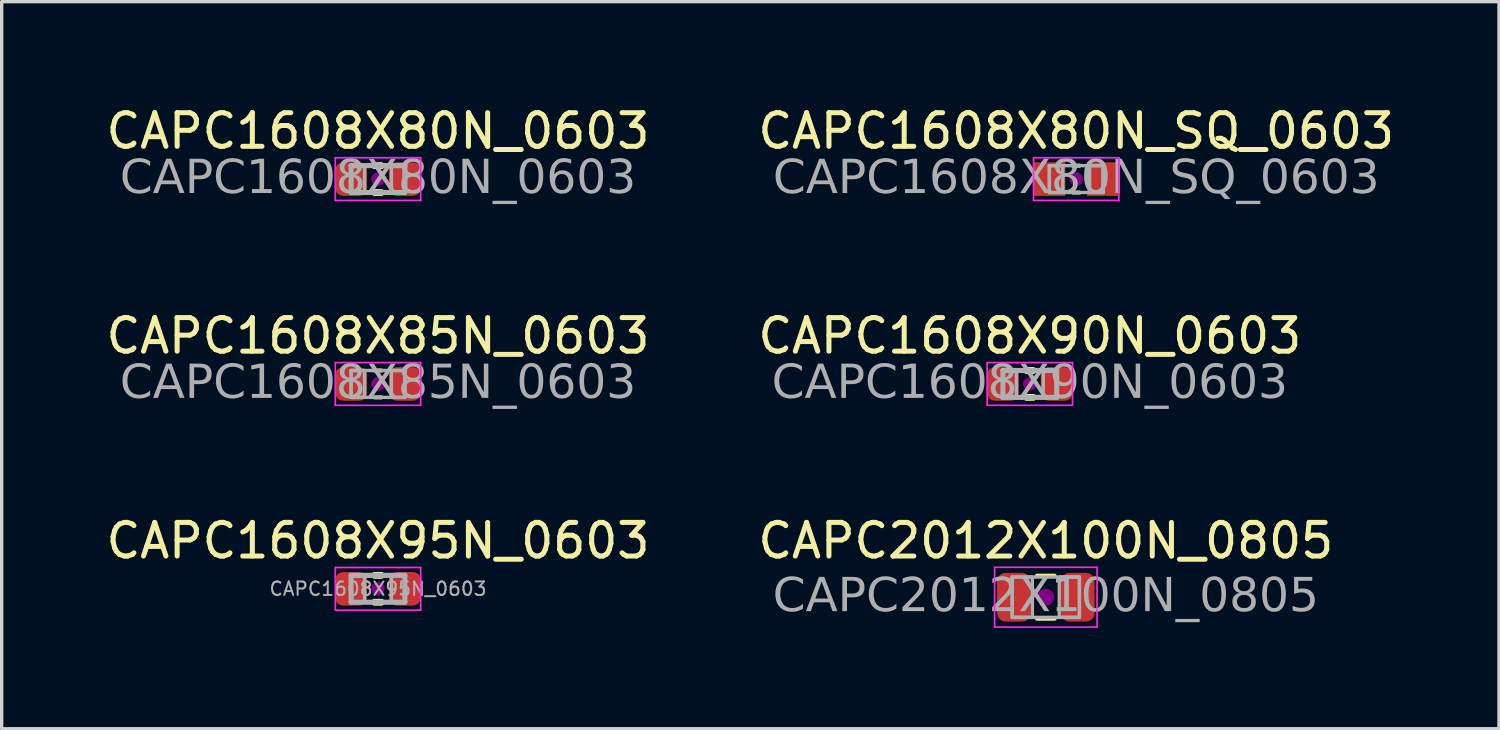
<source format=kicad_pcb>
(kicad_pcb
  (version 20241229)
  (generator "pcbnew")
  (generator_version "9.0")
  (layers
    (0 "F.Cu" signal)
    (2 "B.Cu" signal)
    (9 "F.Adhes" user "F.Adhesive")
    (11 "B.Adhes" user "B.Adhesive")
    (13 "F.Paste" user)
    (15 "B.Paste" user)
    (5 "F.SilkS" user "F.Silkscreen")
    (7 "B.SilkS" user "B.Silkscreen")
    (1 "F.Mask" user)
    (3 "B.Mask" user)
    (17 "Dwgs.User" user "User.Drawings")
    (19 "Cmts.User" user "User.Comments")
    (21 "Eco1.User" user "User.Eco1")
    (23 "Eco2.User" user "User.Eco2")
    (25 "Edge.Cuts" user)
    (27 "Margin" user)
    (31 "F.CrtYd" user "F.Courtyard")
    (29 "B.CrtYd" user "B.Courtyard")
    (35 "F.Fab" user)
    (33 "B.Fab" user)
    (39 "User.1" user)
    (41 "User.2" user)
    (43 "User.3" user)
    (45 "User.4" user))
  (footprint "CAPC1608X80N_0603"
    (layer "F.Cu")
    (at 8.196 2.278)
    (property "Reference" "CAPC1608X80N_0603" (at 0 -1.43 0) (layer "F.SilkS") (effects (font (size 1 1) (thickness 0.15))))
    (attr smd)
    (fp_line (start -0.1 -0.4) (end 0.1 -0.4) (stroke (width 0.203) (type solid)) (layer "F.SilkS"))
    (fp_line (start -0.1 0.4) (end 0.1 0.4) (stroke (width 0.203) (type solid)) (layer "F.SilkS"))
    (fp_circle (center 0 0) (end 0.2 0) (stroke (width 0) (type solid)) (fill yes) (layer "F.Adhes"))
    (fp_line (start -1.27 -0.635) (end 1.27 -0.635) (stroke (width 0.05) (type solid)) (layer "F.CrtYd"))
    (fp_line (start -1.27 0.635) (end -1.27 -0.635) (stroke (width 0.05) (type solid)) (layer "F.CrtYd"))
    (fp_line (start 1.27 -0.635) (end 1.27 0.635) (stroke (width 0.05) (type solid)) (layer "F.CrtYd"))
    (fp_line (start 1.27 0.635) (end -1.27 0.635) (stroke (width 0.05) (type solid)) (layer "F.CrtYd"))
    (fp_line (start -0.8 -0.4) (end 0.8 -0.4) (stroke (width 0.152) (type solid)) (layer "F.Fab"))
    (fp_line (start -0.8 0.4) (end -0.8 -0.4) (stroke (width 0.152) (type solid)) (layer "F.Fab"))
    (fp_line (start 0.8 -0.4) (end 0.8 0.4) (stroke (width 0.152) (type solid)) (layer "F.Fab"))
    (fp_line (start 0.8 0.4) (end -0.8 0.4) (stroke (width 0.152) (type solid)) (layer "F.Fab"))
    (fp_rect (start -0.8 -0.4) (end -0.4 0.4) (stroke (width 0.1) (type solid)) (fill no) (layer "F.Fab"))
    (fp_rect (start 0.8 0.4) (end 0.4 -0.4) (stroke (width 0.1) (type solid)) (fill no) (layer "F.Fab"))
    (fp_text user "${REFERENCE}" (at 0 0 0) (layer "F.Fab") (effects (font (face "Tahoma") (size 1 1) (thickness 0.15))))
    (pad "1" smd roundrect (at -0.8 0) (size 0.95 1) (layers "F.Cu" "F.Mask" "F.Paste") (roundrect_rratio 0.25))
    (pad "2" smd roundrect (at 0.8 0) (size 0.95 1) (layers "F.Cu" "F.Mask" "F.Paste") (roundrect_rratio 0.25)))
  (footprint "CAPC1608X90N_0603"
    (layer "F.Cu")
    (at 27.589 8.373)
    (property "Reference" "CAPC1608X90N_0603" (at 0 -1.43 0) (layer "F.SilkS") (effects (font (size 1 1) (thickness 0.15))))
    (attr smd)
    (fp_line (start -0.1 -0.4) (end 0.1 -0.4) (stroke (width 0.203) (type solid)) (layer "F.SilkS"))
    (fp_line (start -0.1 0.4) (end 0.1 0.4) (stroke (width 0.203) (type solid)) (layer "F.SilkS"))
    (fp_circle (center 0 0) (end 0.2 0) (stroke (width 0) (type solid)) (fill yes) (layer "F.Adhes"))
    (fp_line (start -1.27 -0.635) (end 1.27 -0.635) (stroke (width 0.05) (type solid)) (layer "F.CrtYd"))
    (fp_line (start -1.27 0.635) (end -1.27 -0.635) (stroke (width 0.05) (type solid)) (layer "F.CrtYd"))
    (fp_line (start 1.27 -0.635) (end 1.27 0.635) (stroke (width 0.05) (type solid)) (layer "F.CrtYd"))
    (fp_line (start 1.27 0.635) (end -1.27 0.635) (stroke (width 0.05) (type solid)) (layer "F.CrtYd"))
    (fp_line (start -0.8 -0.4) (end 0.8 -0.4) (stroke (width 0.152) (type solid)) (layer "F.Fab"))
    (fp_line (start -0.8 0.4) (end -0.8 -0.4) (stroke (width 0.152) (type solid)) (layer "F.Fab"))
    (fp_line (start 0.8 -0.4) (end 0.8 0.4) (stroke (width 0.152) (type solid)) (layer "F.Fab"))
    (fp_line (start 0.8 0.4) (end -0.8 0.4) (stroke (width 0.152) (type solid)) (layer "F.Fab"))
    (fp_rect (start -0.8 -0.4) (end -0.4 0.4) (stroke (width 0.1) (type solid)) (fill no) (layer "F.Fab"))
    (fp_rect (start 0.8 0.4) (end 0.4 -0.4) (stroke (width 0.1) (type solid)) (fill no) (layer "F.Fab"))
    (fp_text user "${REFERENCE}" (at 0 0 0) (layer "F.Fab") (effects (font (face "Tahoma") (size 1 1) (thickness 0.15))))
    (pad "1" smd roundrect (at -0.8 0) (size 0.95 1) (layers "F.Cu" "F.Mask" "F.Paste") (roundrect_rratio 0.25))
    (pad "2" smd roundrect (at 0.8 0) (size 0.95 1) (layers "F.Cu" "F.Mask" "F.Paste") (roundrect_rratio 0.25)))
  (footprint "CAPC2012X100N_0805"
    (layer "F.Cu")
    (at 28.065 14.718)
    (property "Reference" "CAPC2012X100N_0805" (at 0 -1.68 0) (layer "F.SilkS") (effects (font (size 1 1) (thickness 0.15))))
    (attr smd)
    (fp_line (start -0.261 -0.64) (end 0.261 -0.64) (stroke (width 0.12) (type solid)) (layer "F.SilkS"))
    (fp_line (start -0.261 0.64) (end 0.261 0.64) (stroke (width 0.12) (type solid)) (layer "F.SilkS"))
    (fp_circle (center 0 0) (end 0.25 0) (stroke (width 0) (type solid)) (fill yes) (layer "F.Adhes"))
    (fp_line (start -1.524 -0.889) (end 1.524 -0.889) (stroke (width 0.05) (type solid)) (layer "F.CrtYd"))
    (fp_line (start -1.524 0.889) (end -1.524 -0.889) (stroke (width 0.05) (type solid)) (layer "F.CrtYd"))
    (fp_line (start 1.524 -0.889) (end 1.524 0.889) (stroke (width 0.05) (type solid)) (layer "F.CrtYd"))
    (fp_line (start 1.524 0.889) (end -1.524 0.889) (stroke (width 0.05) (type solid)) (layer "F.CrtYd"))
    (fp_line (start -1 -0.6) (end 1 -0.6) (stroke (width 0.1) (type solid)) (layer "F.Fab"))
    (fp_line (start -1 0.6) (end -1 -0.6) (stroke (width 0.1) (type solid)) (layer "F.Fab"))
    (fp_line (start 1 -0.6) (end 1 0.6) (stroke (width 0.1) (type solid)) (layer "F.Fab"))
    (fp_line (start 1 0.6) (end -1 0.6) (stroke (width 0.1) (type solid)) (layer "F.Fab"))
    (fp_rect (start -1 -0.6) (end -0.4 0.6) (stroke (width 0.1) (type solid)) (fill no) (layer "F.Fab"))
    (fp_rect (start 0.4 -0.6) (end 1 0.6) (stroke (width 0.1) (type solid)) (fill no) (layer "F.Fab"))
    (fp_text user "${REFERENCE}" (at 0 0 0) (layer "F.Fab") (effects (font (face "Tahoma") (size 1 1) (thickness 0.15))))
    (pad "1" smd roundrect (at -0.95 0) (size 1 1.45) (layers "F.Cu" "F.Mask" "F.Paste") (roundrect_rratio 0.25))
    (pad "2" smd roundrect (at 0.95 0) (size 1 1.45) (layers "F.Cu" "F.Mask" "F.Paste") (roundrect_rratio 0.25)))
  (footprint "CAPC1608X80N_SQ_0603"
    (layer "F.Cu")
    (at 28.97 2.278)
    (property "Reference" "CAPC1608X80N_SQ_0603" (at 0 -1.43 0) (layer "F.SilkS") (effects (font (size 1 1) (thickness 0.15))))
    (attr smd)
    (fp_line (start -0.1 -0.4) (end 0.1 -0.4) (stroke (width 0.12) (type solid)) (layer "F.SilkS"))
    (fp_line (start -0.1 0.4) (end 0.1 0.4) (stroke (width 0.12) (type solid)) (layer "F.SilkS"))
    (fp_circle (center 0 0) (end 0.2 0) (stroke (width 0) (type solid)) (fill yes) (layer "F.Adhes"))
    (fp_line (start -1.27 -0.635) (end 1.27 -0.635) (stroke (width 0.05) (type solid)) (layer "F.CrtYd"))
    (fp_line (start -1.27 0.635) (end -1.27 -0.635) (stroke (width 0.05) (type solid)) (layer "F.CrtYd"))
    (fp_line (start 1.27 -0.635) (end 1.27 0.635) (stroke (width 0.05) (type solid)) (layer "F.CrtYd"))
    (fp_line (start 1.27 0.635) (end -1.27 0.635) (stroke (width 0.05) (type solid)) (layer "F.CrtYd"))
    (fp_line (start -0.8 -0.4) (end 0.8 -0.4) (stroke (width 0.1) (type solid)) (layer "F.Fab"))
    (fp_line (start -0.8 0.4) (end -0.8 -0.4) (stroke (width 0.1) (type solid)) (layer "F.Fab"))
    (fp_line (start 0.8 -0.4) (end 0.8 0.4) (stroke (width 0.1) (type solid)) (layer "F.Fab"))
    (fp_line (start 0.8 0.4) (end -0.8 0.4) (stroke (width 0.1) (type solid)) (layer "F.Fab"))
    (fp_rect (start -0.8 -0.4) (end -0.4 0.4) (stroke (width 0.1) (type solid)) (fill no) (layer "F.Fab"))
    (fp_rect (start 0.8 0.4) (end 0.4 -0.4) (stroke (width 0.1) (type solid)) (fill no) (layer "F.Fab"))
    (fp_text user "${REFERENCE}" (at 0 0 0) (layer "F.Fab") (effects (font (face "Tahoma") (size 1 1) (thickness 0.15))))
    (pad "1" smd rect (at -0.8 0) (size 0.95 1) (layers "F.Cu" "F.Mask" "F.Paste"))
    (pad "2" smd rect (at 0.8 0) (size 0.95 1) (layers "F.Cu" "F.Mask" "F.Paste")))
  (footprint "CAPC1608X95N_0603"
    (layer "F.Cu")
    (at 8.196 14.468)
    (property "Reference" "CAPC1608X95N_0603" (at 0 -1.43 0) (layer "F.SilkS") (effects (font (size 1 1) (thickness 0.15))))
    (attr smd)
    (fp_line (start -0.1 -0.4) (end 0.1 -0.4) (stroke (width 0.203) (type solid)) (layer "F.SilkS"))
    (fp_line (start -0.1 0.4) (end 0.1 0.4) (stroke (width 0.203) (type solid)) (layer "F.SilkS"))
    (fp_circle (center 0 0) (end 0.2 0) (stroke (width 0) (type solid)) (fill yes) (layer "F.Adhes"))
    (fp_line (start -1.27 -0.635) (end 1.27 -0.635) (stroke (width 0.05) (type solid)) (layer "F.CrtYd"))
    (fp_line (start -1.27 0.635) (end -1.27 -0.635) (stroke (width 0.05) (type solid)) (layer "F.CrtYd"))
    (fp_line (start 1.27 -0.635) (end 1.27 0.635) (stroke (width 0.05) (type solid)) (layer "F.CrtYd"))
    (fp_line (start 1.27 0.635) (end -1.27 0.635) (stroke (width 0.05) (type solid)) (layer "F.CrtYd"))
    (fp_line (start -0.8 -0.4) (end 0.8 -0.4) (stroke (width 0.152) (type solid)) (layer "F.Fab"))
    (fp_line (start -0.8 0.4) (end -0.8 -0.4) (stroke (width 0.152) (type solid)) (layer "F.Fab"))
    (fp_line (start 0.8 -0.4) (end 0.8 0.4) (stroke (width 0.152) (type solid)) (layer "F.Fab"))
    (fp_line (start 0.8 0.4) (end -0.8 0.4) (stroke (width 0.152) (type solid)) (layer "F.Fab"))
    (fp_rect (start -0.8 -0.4) (end -0.4 0.4) (stroke (width 0.1) (type solid)) (fill no) (layer "F.Fab"))
    (fp_rect (start 0.8 0.4) (end 0.4 -0.4) (stroke (width 0.1) (type solid)) (fill no) (layer "F.Fab"))
    (fp_text user "${REFERENCE}" (at 0 0 0) (layer "F.Fab") (effects (font (size 0.4 0.4) (thickness 0.06))))
    (pad "1" smd roundrect (at -0.8 0) (size 0.95 1) (layers "F.Cu" "F.Mask" "F.Paste") (roundrect_rratio 0.25))
    (pad "2" smd roundrect (at 0.8 0) (size 0.95 1) (layers "F.Cu" "F.Mask" "F.Paste") (roundrect_rratio 0.25)))
  (footprint "CAPC1608X85N_0603"
    (layer "F.Cu")
    (at 8.196 8.373)
    (property "Reference" "CAPC1608X85N_0603" (at 0 -1.43 0) (layer "F.SilkS") (effects (font (size 1 1) (thickness 0.15))))
    (attr smd)
    (fp_line (start -0.1 -0.4) (end 0.1 -0.4) (stroke (width 0.12) (type solid)) (layer "F.SilkS"))
    (fp_line (start -0.1 0.4) (end 0.1 0.4) (stroke (width 0.12) (type solid)) (layer "F.SilkS"))
    (fp_circle (center 0 0) (end 0.2 0) (stroke (width 0) (type solid)) (fill yes) (layer "F.Adhes"))
    (fp_line (start -1.27 -0.635) (end 1.27 -0.635) (stroke (width 0.05) (type solid)) (layer "F.CrtYd"))
    (fp_line (start -1.27 0.635) (end -1.27 -0.635) (stroke (width 0.05) (type solid)) (layer "F.CrtYd"))
    (fp_line (start 1.27 -0.635) (end 1.27 0.635) (stroke (width 0.05) (type solid)) (layer "F.CrtYd"))
    (fp_line (start 1.27 0.635) (end -1.27 0.635) (stroke (width 0.05) (type solid)) (layer "F.CrtYd"))
    (fp_line (start -0.8 -0.4) (end 0.8 -0.4) (stroke (width 0.1) (type solid)) (layer "F.Fab"))
    (fp_line (start -0.8 0.4) (end -0.8 -0.4) (stroke (width 0.1) (type solid)) (layer "F.Fab"))
    (fp_line (start 0.8 -0.4) (end 0.8 0.4) (stroke (width 0.1) (type solid)) (layer "F.Fab"))
    (fp_line (start 0.8 0.4) (end -0.8 0.4) (stroke (width 0.1) (type solid)) (layer "F.Fab"))
    (fp_rect (start -0.8 -0.4) (end -0.4 0.4) (stroke (width 0.1) (type solid)) (fill no) (layer "F.Fab"))
    (fp_rect (start 0.8 0.4) (end 0.4 -0.4) (stroke (width 0.1) (type solid)) (fill no) (layer "F.Fab"))
    (fp_text user "${REFERENCE}" (at 0 0 0) (layer "F.Fab") (effects (font (face "Tahoma") (size 1 1) (thickness 0.15))))
    (pad "1" smd roundrect (at -0.8 0) (size 0.95 1) (layers "F.Cu" "F.Mask" "F.Paste") (roundrect_rratio 0.25))
    (pad "2" smd roundrect (at 0.8 0) (size 0.95 1) (layers "F.Cu" "F.Mask" "F.Paste") (roundrect_rratio 0.25)))
  (gr_rect
    (start -3 -3)
    (end 41.548 18.632)
    (stroke (width 0.1) (type default))
    (fill no)
    (layer "Edge.Cuts")))
</source>
